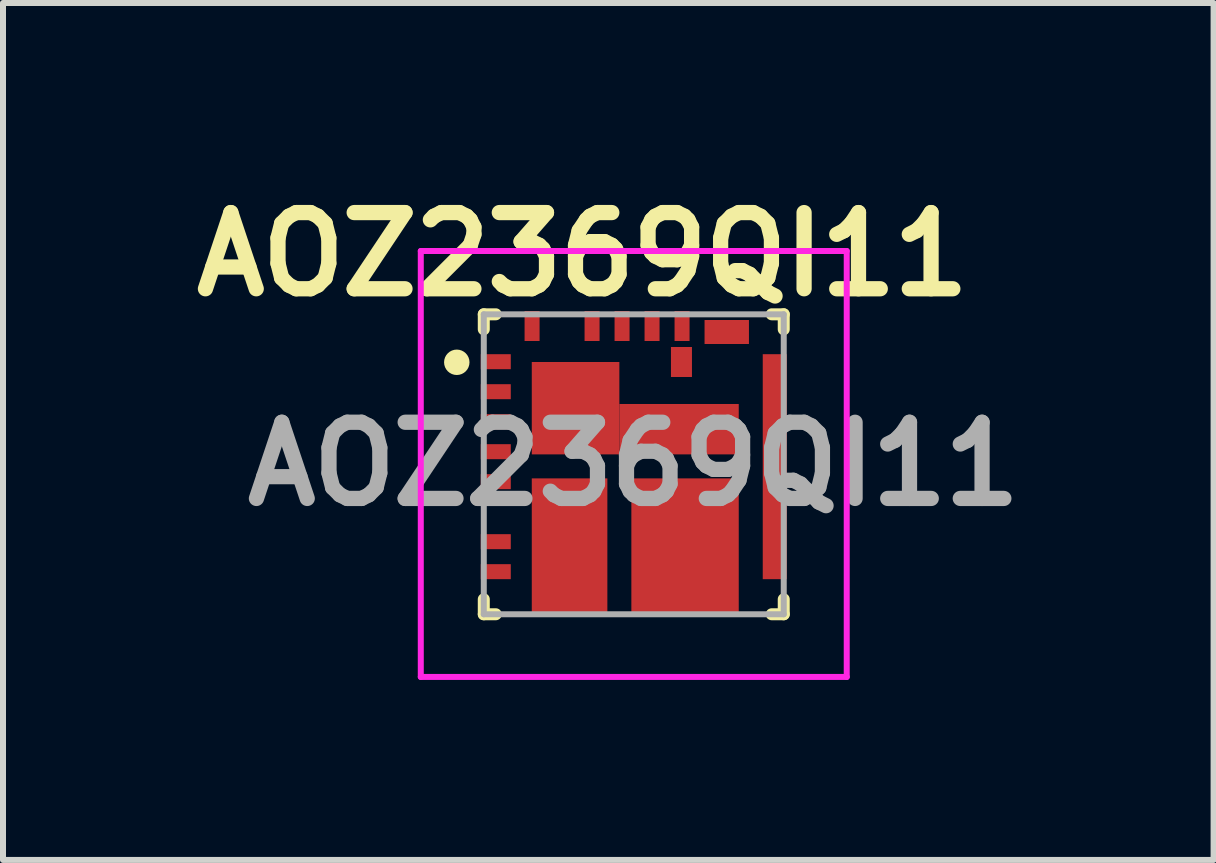
<source format=kicad_pcb>
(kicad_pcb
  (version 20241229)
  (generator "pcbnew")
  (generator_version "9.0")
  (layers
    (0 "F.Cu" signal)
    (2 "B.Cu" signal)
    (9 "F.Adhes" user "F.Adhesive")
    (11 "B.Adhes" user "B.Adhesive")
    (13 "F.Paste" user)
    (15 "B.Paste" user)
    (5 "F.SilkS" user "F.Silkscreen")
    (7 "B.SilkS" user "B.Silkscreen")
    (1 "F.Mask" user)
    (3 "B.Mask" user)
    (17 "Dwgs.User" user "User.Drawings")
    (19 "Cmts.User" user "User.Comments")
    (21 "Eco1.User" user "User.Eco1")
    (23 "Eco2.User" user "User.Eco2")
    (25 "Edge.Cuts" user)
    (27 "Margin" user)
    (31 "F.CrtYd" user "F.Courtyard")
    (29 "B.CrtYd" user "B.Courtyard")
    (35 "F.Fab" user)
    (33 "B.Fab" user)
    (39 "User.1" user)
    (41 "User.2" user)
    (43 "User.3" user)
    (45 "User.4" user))
  (footprint "AOZ2369QI11"
    (layer "F.Cu")
    (at 7.564 4.689)
    (property "Reference" "AOZ2369QI11" (at -0.9 -3.5 0) (layer "F.SilkS") (effects (font (size 1.27 1.27) (thickness 0.254))))
    (attr smd)
    (fp_line (start -2.55 -2.5) (end -2.35 -2.5) (stroke (width 0.2) (type solid)) (layer "F.SilkS"))
    (fp_line (start -2.55 -2.25) (end -2.55 -2.5) (stroke (width 0.2) (type solid)) (layer "F.SilkS"))
    (fp_line (start -2.55 2.25) (end -2.55 2.5) (stroke (width 0.2) (type solid)) (layer "F.SilkS"))
    (fp_line (start -2.55 2.5) (end -2.35 2.5) (stroke (width 0.2) (type solid)) (layer "F.SilkS"))
    (fp_line (start 2.25 -2.5) (end 2.45 -2.5) (stroke (width 0.2) (type solid)) (layer "F.SilkS"))
    (fp_line (start 2.25 2.5) (end 2.45 2.5) (stroke (width 0.2) (type solid)) (layer "F.SilkS"))
    (fp_line (start 2.45 -2.5) (end 2.45 -2.25) (stroke (width 0.2) (type solid)) (layer "F.SilkS"))
    (fp_line (start 2.45 2.5) (end 2.45 2.25) (stroke (width 0.2) (type solid)) (layer "F.SilkS"))
    (fp_circle (center -3 -1.7) (end -2.838 -1.7) (stroke (width 0.1) (type solid)) (fill yes) (layer "F.SilkS"))
    (fp_line (start -3.6 -3.555) (end 3.5 -3.555) (stroke (width 0.1) (type solid)) (layer "F.CrtYd"))
    (fp_line (start -3.6 3.545) (end -3.6 -3.555) (stroke (width 0.1) (type solid)) (layer "F.CrtYd"))
    (fp_line (start 3.5 -3.555) (end 3.5 3.545) (stroke (width 0.1) (type solid)) (layer "F.CrtYd"))
    (fp_line (start 3.5 3.545) (end -3.6 3.545) (stroke (width 0.1) (type solid)) (layer "F.CrtYd"))
    (fp_line (start -2.55 -2.5) (end 2.45 -2.5) (stroke (width 0.1) (type solid)) (layer "F.Fab"))
    (fp_line (start -2.55 2.5) (end -2.55 -2.5) (stroke (width 0.1) (type solid)) (layer "F.Fab"))
    (fp_line (start 2.45 -2.5) (end 2.45 2.5) (stroke (width 0.1) (type solid)) (layer "F.Fab"))
    (fp_line (start 2.45 2.5) (end -2.55 2.5) (stroke (width 0.1) (type solid)) (layer "F.Fab"))
    (fp_text user "${REFERENCE}" (at -0.05 -0.005 0) (layer "F.Fab") (effects (font (size 1.27 1.27) (thickness 0.254))))
    (pad "1" smd rect (at -2.35 -1.71 90) (size 0.25 0.5) (layers "F.Cu" "F.Mask" "F.Paste"))
    (pad "2" smd rect (at -2.35 -1.21 90) (size 0.25 0.5) (layers "F.Cu" "F.Mask" "F.Paste"))
    (pad "3" smd rect (at -2.35 -0.71 90) (size 0.25 0.5) (layers "F.Cu" "F.Mask" "F.Paste"))
    (pad "4" smd rect (at -2.35 -0.21 90) (size 0.25 0.5) (layers "F.Cu" "F.Mask" "F.Paste"))
    (pad "5" smd rect (at -2.35 0.29 90) (size 0.25 0.5) (layers "F.Cu" "F.Mask" "F.Paste"))
    (pad "6" smd rect (at -2.35 1.79 90) (size 0.25 0.5) (layers "F.Cu" "F.Mask" "F.Paste"))
    (pad "7" smd rect (at -2.35 1.29 90) (size 0.25 0.5) (layers "F.Cu" "F.Mask" "F.Paste"))
    (pad "8" smd rect (at -1.12 1.39) (size 1.26 2.31) (layers "F.Cu" "F.Mask" "F.Paste"))
    (pad "11" smd rect (at 0.805 1.39) (size 1.79 2.31) (layers "F.Cu" "F.Mask" "F.Paste"))
    (pad "12" smd rect (at 0.705 -0.585 90) (size 0.84 1.99) (layers "F.Cu" "F.Mask" "F.Paste"))
    (pad "13" smd rect (at -1.02 -0.935) (size 1.46 1.54) (layers "F.Cu" "F.Mask" "F.Paste"))
    (pad "14" smd rect (at 2.3 0.04) (size 0.4 3.75) (layers "F.Cu" "F.Mask" "F.Paste"))
    (pad "22" smd rect (at 1.5 -2.205 90) (size 0.4 0.74) (layers "F.Cu" "F.Mask" "F.Paste"))
    (pad "24" smd rect (at 0.755 -2.305) (size 0.25 0.5) (layers "F.Cu" "F.Mask" "F.Paste"))
    (pad "25" smd rect (at 0.255 -2.305) (size 0.25 0.5) (layers "F.Cu" "F.Mask" "F.Paste"))
    (pad "26" smd rect (at -0.245 -2.305) (size 0.25 0.5) (layers "F.Cu" "F.Mask" "F.Paste"))
    (pad "27" smd rect (at -0.745 -2.305) (size 0.25 0.5) (layers "F.Cu" "F.Mask" "F.Paste"))
    (pad "28" smd rect (at -1.745 -2.305) (size 0.25 0.5) (layers "F.Cu" "F.Mask" "F.Paste"))
    (pad "29" smd rect (at 0.745 -1.705) (size 0.35 0.5) (layers "F.Cu" "F.Mask" "F.Paste")))
  (gr_rect
    (start -3 -3)
    (end 17.179 11.284)
    (stroke (width 0.1) (type default))
    (fill no)
    (layer "Edge.Cuts")))
</source>
